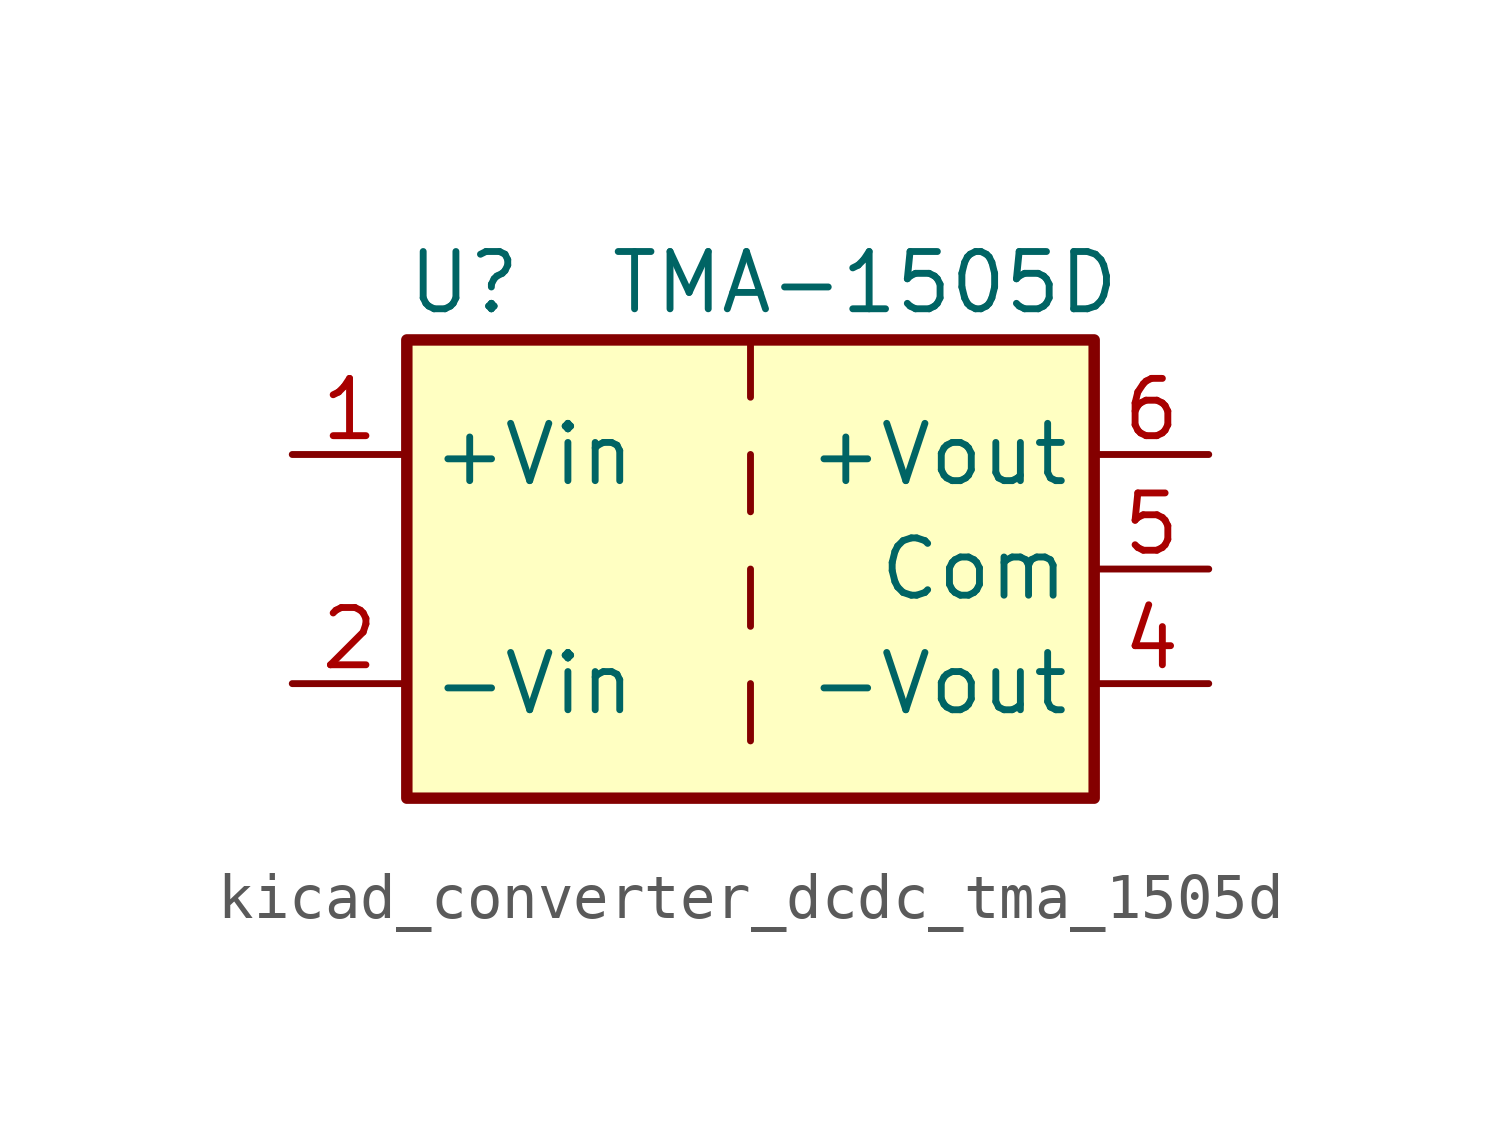
<source format=kicad_sym>
(kicad_symbol_lib
  (version 20220914)
  (generator kicad_symbol_editor)
  (symbol "kicad_converter_dcdc_tma_1505d"
    (property "Reference" "U"
      (at -6.35 6.35 0)
      (effects (font (size 1.27 1.27))))
    (property "Value" "TMA-1505D"
      (at 2.54 6.35 0)
      (effects (font (size 1.27 1.27))))
    (symbol "kicad_converter_dcdc_tma_1505d_0_1"
      (rectangle (start -7.62 5.08) (end 7.62 -5.08) (stroke (width 0.254) (type default)) (fill (type background)))
      (polyline (pts (xy 0 -2.54) (xy 0 -3.81)) (stroke (width 0) (type default)) (fill (type none)))
      (polyline (pts (xy 0 0) (xy 0 -1.27)) (stroke (width 0) (type default)) (fill (type none)))
      (polyline (pts (xy 0 2.54) (xy 0 1.27)) (stroke (width 0) (type default)) (fill (type none)))
      (polyline (pts (xy 0 5.08) (xy 0 3.81)) (stroke (width 0) (type default)) (fill (type none))))
    (symbol "kicad_converter_dcdc_tma_1505d_1_1"
      (pin power_in line (at -10.16 2.54 0) (length 2.54) (name "+Vin" (effects (font (size 1.27 1.27)))) (number "1" (effects (font (size 1.27 1.27)))))
      (pin power_in line (at -10.16 -2.54 0) (length 2.54) (name "-Vin" (effects (font (size 1.27 1.27)))) (number "2" (effects (font (size 1.27 1.27)))))
      (pin power_out line (at 10.16 -2.54 180) (length 2.54) (name "-Vout" (effects (font (size 1.27 1.27)))) (number "4" (effects (font (size 1.27 1.27)))))
      (pin power_out line (at 10.16 0 180) (length 2.54) (name "Com" (effects (font (size 1.27 1.27)))) (number "5" (effects (font (size 1.27 1.27)))))
      (pin power_out line (at 10.16 2.54 180) (length 2.54) (name "+Vout" (effects (font (size 1.27 1.27)))) (number "6" (effects (font (size 1.27 1.27))))))))
</source>
